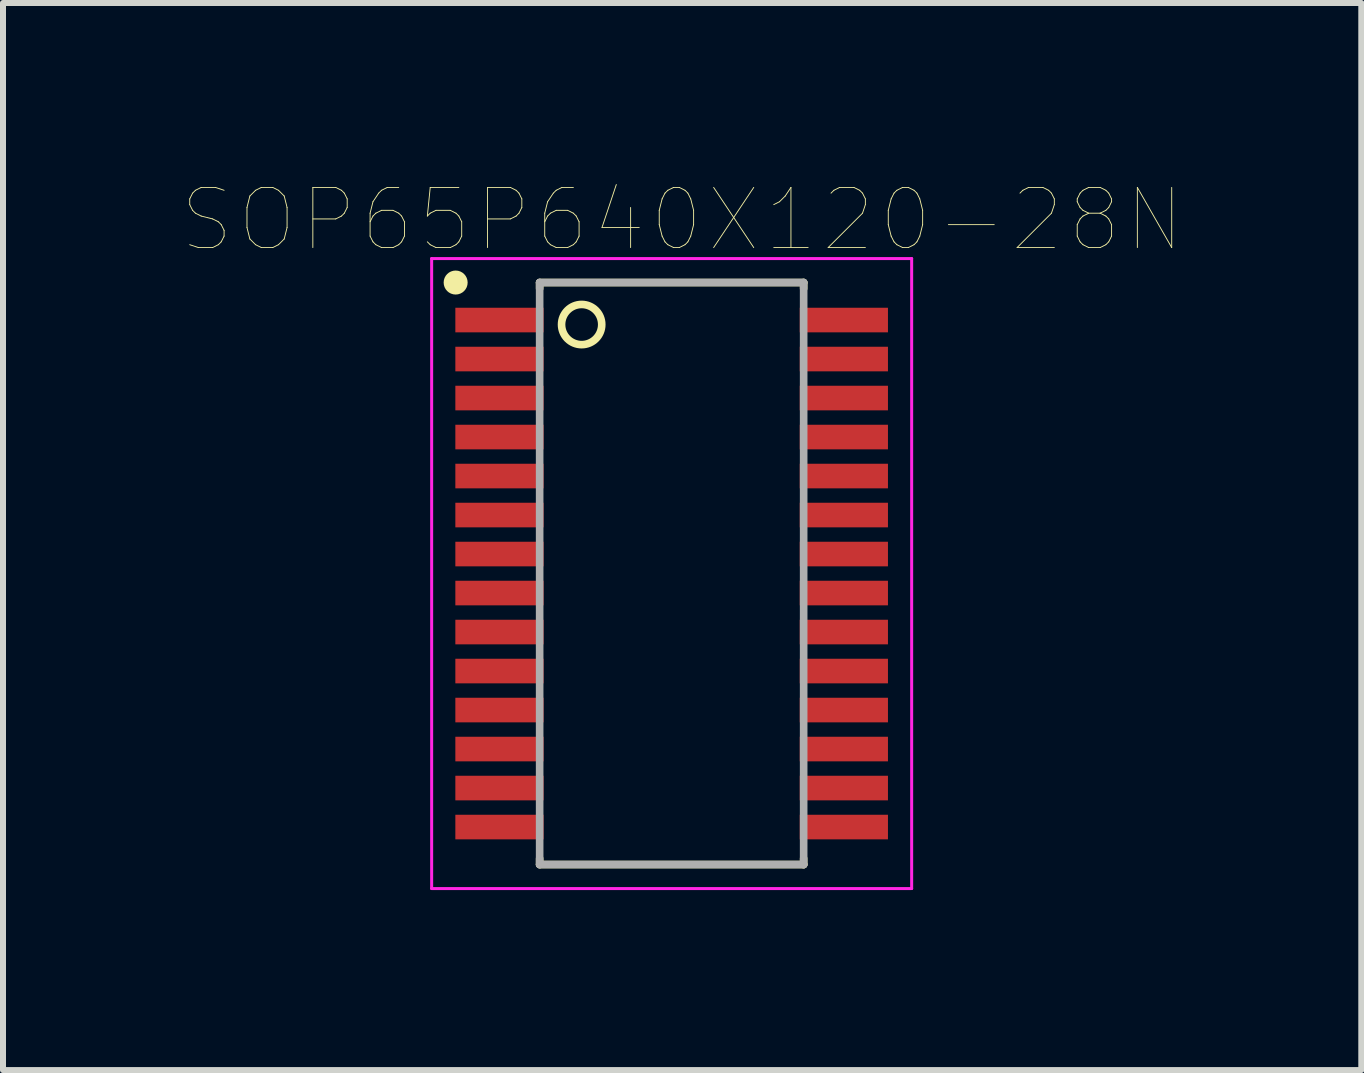
<source format=kicad_pcb>
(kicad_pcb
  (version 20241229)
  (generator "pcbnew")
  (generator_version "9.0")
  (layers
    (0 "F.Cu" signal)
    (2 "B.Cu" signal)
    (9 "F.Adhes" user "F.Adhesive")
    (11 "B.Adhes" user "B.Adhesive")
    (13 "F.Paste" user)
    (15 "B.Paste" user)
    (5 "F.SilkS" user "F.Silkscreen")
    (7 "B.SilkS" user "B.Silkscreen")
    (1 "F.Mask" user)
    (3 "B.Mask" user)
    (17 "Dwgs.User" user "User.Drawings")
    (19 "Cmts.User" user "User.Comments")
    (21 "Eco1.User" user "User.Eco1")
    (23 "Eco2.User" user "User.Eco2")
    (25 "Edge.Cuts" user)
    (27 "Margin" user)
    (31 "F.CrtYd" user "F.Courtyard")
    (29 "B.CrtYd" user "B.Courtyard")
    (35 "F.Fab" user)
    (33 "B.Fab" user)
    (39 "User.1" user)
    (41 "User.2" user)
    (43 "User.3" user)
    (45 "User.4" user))
  (footprint "SOP65P640X120-28N"
    (layer "F.Cu")
    (at 8.144 6.509)
    (property "Reference" "SOP65P640X120-28N" (at 0.175 -5.896 0) (layer "F.SilkS") (effects (font (size 1.002 1.002) (thickness 0.015))))
    (attr through_hole)
    (fp_line (start -2.2 -4.85) (end 2.2 -4.85) (stroke (width 0.127) (type solid)) (layer "F.SilkS"))
    (fp_line (start -2.2 -4.75) (end -2.2 -4.85) (stroke (width 0.127) (type solid)) (layer "F.SilkS"))
    (fp_line (start -2.2 4.75) (end -2.2 4.85) (stroke (width 0.127) (type solid)) (layer "F.SilkS"))
    (fp_line (start -2.2 4.85) (end 2.2 4.85) (stroke (width 0.127) (type solid)) (layer "F.SilkS"))
    (fp_line (start 2.2 -4.85) (end 2.2 -4.75) (stroke (width 0.127) (type solid)) (layer "F.SilkS"))
    (fp_line (start 2.2 4.85) (end 2.2 4.75) (stroke (width 0.127) (type solid)) (layer "F.SilkS"))
    (fp_circle (center -3.6 -4.85) (end -3.5 -4.85) (stroke (width 0.2) (type solid)) (fill no) (layer "F.SilkS"))
    (fp_circle (center -1.5 -4.15) (end -1.165 -4.15) (stroke (width 0.127) (type solid)) (fill no) (layer "F.SilkS"))
    (fp_line (start -4 -5.25) (end 4 -5.25) (stroke (width 0.05) (type solid)) (layer "F.CrtYd"))
    (fp_line (start -4 5.25) (end -4 -5.25) (stroke (width 0.05) (type solid)) (layer "F.CrtYd"))
    (fp_line (start 4 -5.25) (end 4 5.25) (stroke (width 0.05) (type solid)) (layer "F.CrtYd"))
    (fp_line (start 4 5.25) (end -4 5.25) (stroke (width 0.05) (type solid)) (layer "F.CrtYd"))
    (fp_line (start -2.2 -4.85) (end 2.2 -4.85) (stroke (width 0.127) (type solid)) (layer "F.Fab"))
    (fp_line (start -2.2 4.85) (end -2.2 -4.85) (stroke (width 0.127) (type solid)) (layer "F.Fab"))
    (fp_line (start 2.2 -4.85) (end 2.2 4.85) (stroke (width 0.127) (type solid)) (layer "F.Fab"))
    (fp_line (start 2.2 4.85) (end -2.2 4.85) (stroke (width 0.127) (type solid)) (layer "F.Fab"))
    (pad "1" smd rect (at -2.87 -4.225) (size 1.47 0.41) (layers "F.Cu" "F.Mask" "F.Paste"))
    (pad "2" smd rect (at -2.87 -3.575) (size 1.47 0.41) (layers "F.Cu" "F.Mask" "F.Paste"))
    (pad "3" smd rect (at -2.87 -2.925) (size 1.47 0.41) (layers "F.Cu" "F.Mask" "F.Paste"))
    (pad "4" smd rect (at -2.87 -2.275) (size 1.47 0.41) (layers "F.Cu" "F.Mask" "F.Paste"))
    (pad "5" smd rect (at -2.87 -1.625) (size 1.47 0.41) (layers "F.Cu" "F.Mask" "F.Paste"))
    (pad "6" smd rect (at -2.87 -0.975) (size 1.47 0.41) (layers "F.Cu" "F.Mask" "F.Paste"))
    (pad "7" smd rect (at -2.87 -0.325) (size 1.47 0.41) (layers "F.Cu" "F.Mask" "F.Paste"))
    (pad "8" smd rect (at -2.87 0.325) (size 1.47 0.41) (layers "F.Cu" "F.Mask" "F.Paste"))
    (pad "9" smd rect (at -2.87 0.975) (size 1.47 0.41) (layers "F.Cu" "F.Mask" "F.Paste"))
    (pad "10" smd rect (at -2.87 1.625) (size 1.47 0.41) (layers "F.Cu" "F.Mask" "F.Paste"))
    (pad "11" smd rect (at -2.87 2.275) (size 1.47 0.41) (layers "F.Cu" "F.Mask" "F.Paste"))
    (pad "12" smd rect (at -2.87 2.925) (size 1.47 0.41) (layers "F.Cu" "F.Mask" "F.Paste"))
    (pad "13" smd rect (at -2.87 3.575) (size 1.47 0.41) (layers "F.Cu" "F.Mask" "F.Paste"))
    (pad "14" smd rect (at -2.87 4.225) (size 1.47 0.41) (layers "F.Cu" "F.Mask" "F.Paste"))
    (pad "15" smd rect (at 2.87 4.225) (size 1.47 0.41) (layers "F.Cu" "F.Mask" "F.Paste"))
    (pad "16" smd rect (at 2.87 3.575) (size 1.47 0.41) (layers "F.Cu" "F.Mask" "F.Paste"))
    (pad "17" smd rect (at 2.87 2.925) (size 1.47 0.41) (layers "F.Cu" "F.Mask" "F.Paste"))
    (pad "18" smd rect (at 2.87 2.275) (size 1.47 0.41) (layers "F.Cu" "F.Mask" "F.Paste"))
    (pad "19" smd rect (at 2.87 1.625) (size 1.47 0.41) (layers "F.Cu" "F.Mask" "F.Paste"))
    (pad "20" smd rect (at 2.87 0.975) (size 1.47 0.41) (layers "F.Cu" "F.Mask" "F.Paste"))
    (pad "21" smd rect (at 2.87 0.325) (size 1.47 0.41) (layers "F.Cu" "F.Mask" "F.Paste"))
    (pad "22" smd rect (at 2.87 -0.325) (size 1.47 0.41) (layers "F.Cu" "F.Mask" "F.Paste"))
    (pad "23" smd rect (at 2.87 -0.975) (size 1.47 0.41) (layers "F.Cu" "F.Mask" "F.Paste"))
    (pad "24" smd rect (at 2.87 -1.625) (size 1.47 0.41) (layers "F.Cu" "F.Mask" "F.Paste"))
    (pad "25" smd rect (at 2.87 -2.275) (size 1.47 0.41) (layers "F.Cu" "F.Mask" "F.Paste"))
    (pad "26" smd rect (at 2.87 -2.925) (size 1.47 0.41) (layers "F.Cu" "F.Mask" "F.Paste"))
    (pad "27" smd rect (at 2.87 -3.575) (size 1.47 0.41) (layers "F.Cu" "F.Mask" "F.Paste"))
    (pad "28" smd rect (at 2.87 -4.225) (size 1.47 0.41) (layers "F.Cu" "F.Mask" "F.Paste")))
  (gr_rect
    (start -3 -3)
    (end 19.638 14.784)
    (stroke (width 0.1) (type default))
    (fill no)
    (layer "Edge.Cuts")))
</source>
